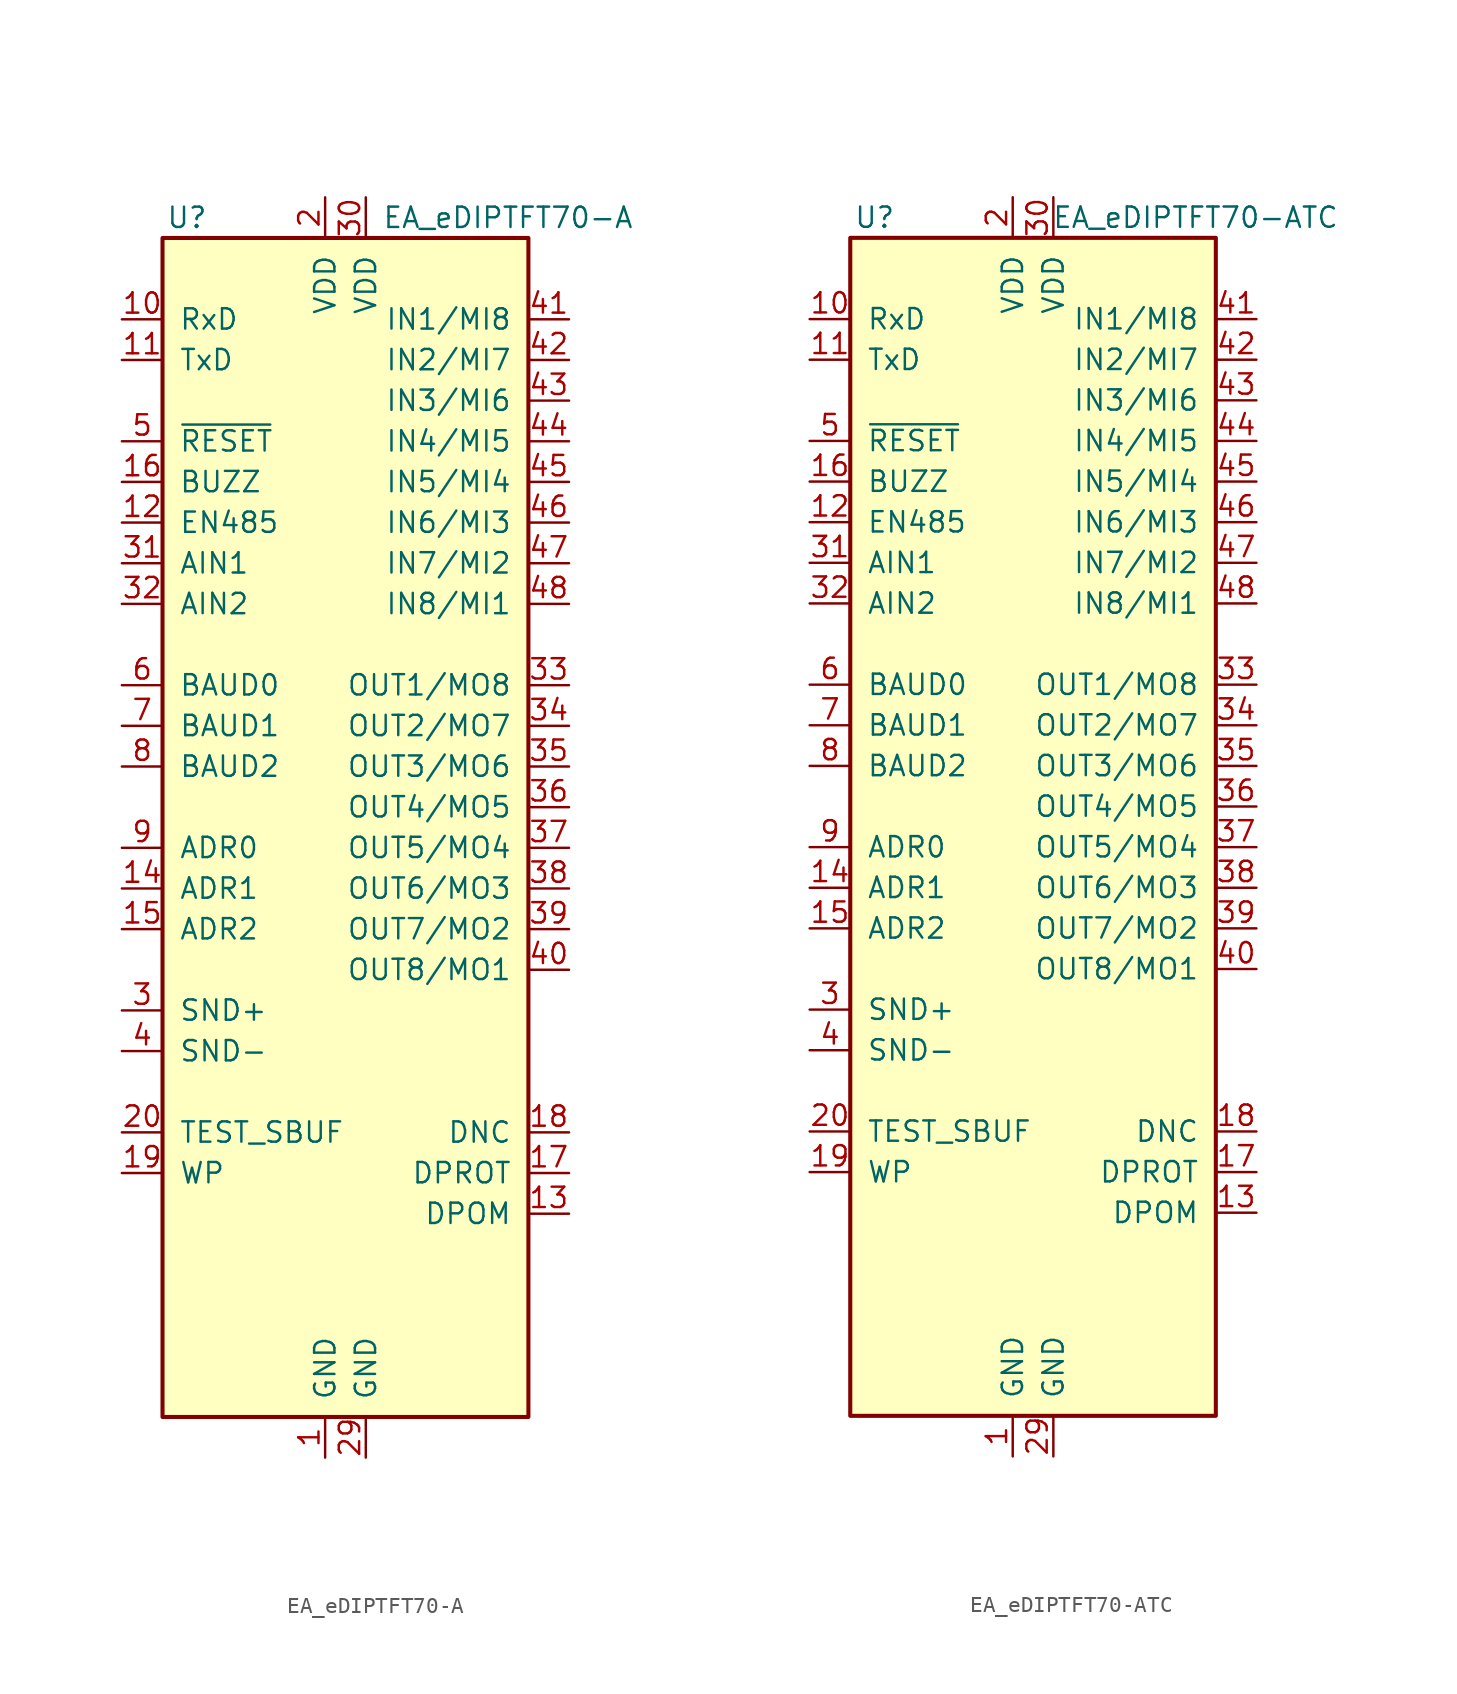
<source format=kicad_sym>
(kicad_symbol_lib
  (version 20200908)
  (generator kicad_symbol_editor)
  (symbol "Display_Graphic:EA_eDIPTFT70-A"
    (pin_names
      (offset 1.016))
    (property "Reference" "U"
      (at -8.636 36.83 0)
      (effects (font (size 1.27 1.27))))
    (property "Value" "EA_eDIPTFT70-A"
      (at 11.43 36.83 0)
      (effects (font (size 1.27 1.27))))
    (symbol "EA_eDIPTFT70-A_0_1"
      (rectangle (start -10.16 35.56) (end 12.7 -38.1) (stroke (width 0.254)) (fill (type background))))
    (symbol "EA_eDIPTFT70-A_1_1"
      (pin power_in line (at 0 -40.64 90) (length 2.54) (name "GND" (effects (font (size 1.27 1.27)))) (number "1" (effects (font (size 1.27 1.27)))))
      (pin input line (at -12.7 30.48 0) (length 2.54) (name "RxD" (effects (font (size 1.27 1.27)))) (number "10" (effects (font (size 1.27 1.27)))))
      (pin output line (at -12.7 27.94 0) (length 2.54) (name "TxD" (effects (font (size 1.27 1.27)))) (number "11" (effects (font (size 1.27 1.27)))))
      (pin output line (at -12.7 17.78 0) (length 2.54) (name "EN485" (effects (font (size 1.27 1.27)))) (number "12" (effects (font (size 1.27 1.27)))))
      (pin input line (at 15.24 -25.4 180) (length 2.54) (name "DPOM" (effects (font (size 1.27 1.27)))) (number "13" (effects (font (size 1.27 1.27)))))
      (pin input line (at -12.7 -5.08 0) (length 2.54) (name "ADR1" (effects (font (size 1.27 1.27)))) (number "14" (effects (font (size 1.27 1.27)))))
      (pin input line (at -12.7 -7.62 0) (length 2.54) (name "ADR2" (effects (font (size 1.27 1.27)))) (number "15" (effects (font (size 1.27 1.27)))))
      (pin output line (at -12.7 20.32 0) (length 2.54) (name "BUZZ" (effects (font (size 1.27 1.27)))) (number "16" (effects (font (size 1.27 1.27)))))
      (pin input line (at 15.24 -22.86 180) (length 2.54) (name "DPROT" (effects (font (size 1.27 1.27)))) (number "17" (effects (font (size 1.27 1.27)))))
      (pin output line (at 15.24 -20.32 180) (length 2.54) (name "DNC" (effects (font (size 1.27 1.27)))) (number "18" (effects (font (size 1.27 1.27)))))
      (pin input line (at -12.7 -22.86 0) (length 2.54) (name "WP" (effects (font (size 1.27 1.27)))) (number "19" (effects (font (size 1.27 1.27)))))
      (pin power_in line (at 0 38.1 270) (length 2.54) (name "VDD" (effects (font (size 1.27 1.27)))) (number "2" (effects (font (size 1.27 1.27)))))
      (pin bidirectional line (at -12.7 -20.32 0) (length 2.54) (name "TEST_SBUF" (effects (font (size 1.27 1.27)))) (number "20" (effects (font (size 1.27 1.27)))))
      (pin unconnected line (at -10.16 -27.94 0) (length 2.54) hide (name "NC" (effects (font (size 1.27 1.27)))) (number "21" (effects (font (size 1.27 1.27)))))
      (pin unconnected line (at -10.16 -30.48 0) (length 2.54) hide (name "NC" (effects (font (size 1.27 1.27)))) (number "22" (effects (font (size 1.27 1.27)))))
      (pin unconnected line (at -10.16 -33.02 0) (length 2.54) hide (name "NC" (effects (font (size 1.27 1.27)))) (number "23" (effects (font (size 1.27 1.27)))))
      (pin unconnected line (at -10.16 -35.56 0) (length 2.54) hide (name "NC" (effects (font (size 1.27 1.27)))) (number "24" (effects (font (size 1.27 1.27)))))
      (pin unconnected line (at 12.7 -35.56 180) (length 2.54) hide (name "NC" (effects (font (size 1.27 1.27)))) (number "25" (effects (font (size 1.27 1.27)))))
      (pin unconnected line (at 12.7 -33.02 180) (length 2.54) hide (name "NC" (effects (font (size 1.27 1.27)))) (number "26" (effects (font (size 1.27 1.27)))))
      (pin unconnected line (at 12.7 -30.48 180) (length 2.54) hide (name "NC" (effects (font (size 1.27 1.27)))) (number "27" (effects (font (size 1.27 1.27)))))
      (pin unconnected line (at 12.7 -27.94 180) (length 2.54) hide (name "NC" (effects (font (size 1.27 1.27)))) (number "28" (effects (font (size 1.27 1.27)))))
      (pin power_in line (at 2.54 -40.64 90) (length 2.54) (name "GND" (effects (font (size 1.27 1.27)))) (number "29" (effects (font (size 1.27 1.27)))))
      (pin output line (at -12.7 -12.7 0) (length 2.54) (name "SND+" (effects (font (size 1.27 1.27)))) (number "3" (effects (font (size 1.27 1.27)))))
      (pin power_in line (at 2.54 38.1 270) (length 2.54) (name "VDD" (effects (font (size 1.27 1.27)))) (number "30" (effects (font (size 1.27 1.27)))))
      (pin input line (at -12.7 15.24 0) (length 2.54) (name "AIN1" (effects (font (size 1.27 1.27)))) (number "31" (effects (font (size 1.27 1.27)))))
      (pin input line (at -12.7 12.7 0) (length 2.54) (name "AIN2" (effects (font (size 1.27 1.27)))) (number "32" (effects (font (size 1.27 1.27)))))
      (pin output line (at 15.24 7.62 180) (length 2.54) (name "OUT1/MO8" (effects (font (size 1.27 1.27)))) (number "33" (effects (font (size 1.27 1.27)))))
      (pin output line (at 15.24 5.08 180) (length 2.54) (name "OUT2/MO7" (effects (font (size 1.27 1.27)))) (number "34" (effects (font (size 1.27 1.27)))))
      (pin output line (at 15.24 2.54 180) (length 2.54) (name "OUT3/MO6" (effects (font (size 1.27 1.27)))) (number "35" (effects (font (size 1.27 1.27)))))
      (pin output line (at 15.24 0 180) (length 2.54) (name "OUT4/MO5" (effects (font (size 1.27 1.27)))) (number "36" (effects (font (size 1.27 1.27)))))
      (pin output line (at 15.24 -2.54 180) (length 2.54) (name "OUT5/MO4" (effects (font (size 1.27 1.27)))) (number "37" (effects (font (size 1.27 1.27)))))
      (pin output line (at 15.24 -5.08 180) (length 2.54) (name "OUT6/MO3" (effects (font (size 1.27 1.27)))) (number "38" (effects (font (size 1.27 1.27)))))
      (pin output line (at 15.24 -7.62 180) (length 2.54) (name "OUT7/MO2" (effects (font (size 1.27 1.27)))) (number "39" (effects (font (size 1.27 1.27)))))
      (pin input line (at -12.7 -15.24 0) (length 2.54) (name "SND-" (effects (font (size 1.27 1.27)))) (number "4" (effects (font (size 1.27 1.27)))))
      (pin output line (at 15.24 -10.16 180) (length 2.54) (name "OUT8/MO1" (effects (font (size 1.27 1.27)))) (number "40" (effects (font (size 1.27 1.27)))))
      (pin input line (at 15.24 30.48 180) (length 2.54) (name "IN1/MI8" (effects (font (size 1.27 1.27)))) (number "41" (effects (font (size 1.27 1.27)))))
      (pin input line (at 15.24 27.94 180) (length 2.54) (name "IN2/MI7" (effects (font (size 1.27 1.27)))) (number "42" (effects (font (size 1.27 1.27)))))
      (pin input line (at 15.24 25.4 180) (length 2.54) (name "IN3/MI6" (effects (font (size 1.27 1.27)))) (number "43" (effects (font (size 1.27 1.27)))))
      (pin input line (at 15.24 22.86 180) (length 2.54) (name "IN4/MI5" (effects (font (size 1.27 1.27)))) (number "44" (effects (font (size 1.27 1.27)))))
      (pin input line (at 15.24 20.32 180) (length 2.54) (name "IN5/MI4" (effects (font (size 1.27 1.27)))) (number "45" (effects (font (size 1.27 1.27)))))
      (pin input line (at 15.24 17.78 180) (length 2.54) (name "IN6/MI3" (effects (font (size 1.27 1.27)))) (number "46" (effects (font (size 1.27 1.27)))))
      (pin input line (at 15.24 15.24 180) (length 2.54) (name "IN7/MI2" (effects (font (size 1.27 1.27)))) (number "47" (effects (font (size 1.27 1.27)))))
      (pin input line (at 15.24 12.7 180) (length 2.54) (name "IN8/MI1" (effects (font (size 1.27 1.27)))) (number "48" (effects (font (size 1.27 1.27)))))
      (pin input line (at -12.7 22.86 0) (length 2.54) (name "~RESET" (effects (font (size 1.27 1.27)))) (number "5" (effects (font (size 1.27 1.27)))))
      (pin input line (at -12.7 7.62 0) (length 2.54) (name "BAUD0" (effects (font (size 1.27 1.27)))) (number "6" (effects (font (size 1.27 1.27)))))
      (pin input line (at -12.7 5.08 0) (length 2.54) (name "BAUD1" (effects (font (size 1.27 1.27)))) (number "7" (effects (font (size 1.27 1.27)))))
      (pin input line (at -12.7 2.54 0) (length 2.54) (name "BAUD2" (effects (font (size 1.27 1.27)))) (number "8" (effects (font (size 1.27 1.27)))))
      (pin input line (at -12.7 -2.54 0) (length 2.54) (name "ADR0" (effects (font (size 1.27 1.27)))) (number "9" (effects (font (size 1.27 1.27)))))))
  (symbol "Display_Graphic:EA_eDIPTFT70-ATC"
    (pin_names
      (offset 1.016))
    (property "Reference" "U"
      (at -8.636 36.83 0)
      (effects (font (size 1.27 1.27))))
    (property "Value" "EA_eDIPTFT70-ATC"
      (at 11.43 36.83 0)
      (effects (font (size 1.27 1.27))))
    (symbol "EA_eDIPTFT70-ATC_0_1"
      (rectangle (start -10.16 35.56) (end 12.7 -38.1) (stroke (width 0.254)) (fill (type background))))
    (symbol "EA_eDIPTFT70-ATC_1_1"
      (pin power_in line (at 0 -40.64 90) (length 2.54) (name "GND" (effects (font (size 1.27 1.27)))) (number "1" (effects (font (size 1.27 1.27)))))
      (pin input line (at -12.7 30.48 0) (length 2.54) (name "RxD" (effects (font (size 1.27 1.27)))) (number "10" (effects (font (size 1.27 1.27)))))
      (pin output line (at -12.7 27.94 0) (length 2.54) (name "TxD" (effects (font (size 1.27 1.27)))) (number "11" (effects (font (size 1.27 1.27)))))
      (pin output line (at -12.7 17.78 0) (length 2.54) (name "EN485" (effects (font (size 1.27 1.27)))) (number "12" (effects (font (size 1.27 1.27)))))
      (pin input line (at 15.24 -25.4 180) (length 2.54) (name "DPOM" (effects (font (size 1.27 1.27)))) (number "13" (effects (font (size 1.27 1.27)))))
      (pin input line (at -12.7 -5.08 0) (length 2.54) (name "ADR1" (effects (font (size 1.27 1.27)))) (number "14" (effects (font (size 1.27 1.27)))))
      (pin input line (at -12.7 -7.62 0) (length 2.54) (name "ADR2" (effects (font (size 1.27 1.27)))) (number "15" (effects (font (size 1.27 1.27)))))
      (pin output line (at -12.7 20.32 0) (length 2.54) (name "BUZZ" (effects (font (size 1.27 1.27)))) (number "16" (effects (font (size 1.27 1.27)))))
      (pin input line (at 15.24 -22.86 180) (length 2.54) (name "DPROT" (effects (font (size 1.27 1.27)))) (number "17" (effects (font (size 1.27 1.27)))))
      (pin output line (at 15.24 -20.32 180) (length 2.54) (name "DNC" (effects (font (size 1.27 1.27)))) (number "18" (effects (font (size 1.27 1.27)))))
      (pin input line (at -12.7 -22.86 0) (length 2.54) (name "WP" (effects (font (size 1.27 1.27)))) (number "19" (effects (font (size 1.27 1.27)))))
      (pin power_in line (at 0 38.1 270) (length 2.54) (name "VDD" (effects (font (size 1.27 1.27)))) (number "2" (effects (font (size 1.27 1.27)))))
      (pin bidirectional line (at -12.7 -20.32 0) (length 2.54) (name "TEST_SBUF" (effects (font (size 1.27 1.27)))) (number "20" (effects (font (size 1.27 1.27)))))
      (pin unconnected line (at -10.16 -27.94 0) (length 2.54) hide (name "NC" (effects (font (size 1.27 1.27)))) (number "21" (effects (font (size 1.27 1.27)))))
      (pin unconnected line (at -10.16 -30.48 0) (length 2.54) hide (name "NC" (effects (font (size 1.27 1.27)))) (number "22" (effects (font (size 1.27 1.27)))))
      (pin unconnected line (at -10.16 -33.02 0) (length 2.54) hide (name "NC" (effects (font (size 1.27 1.27)))) (number "23" (effects (font (size 1.27 1.27)))))
      (pin unconnected line (at -10.16 -35.56 0) (length 2.54) hide (name "NC" (effects (font (size 1.27 1.27)))) (number "24" (effects (font (size 1.27 1.27)))))
      (pin unconnected line (at 12.7 -35.56 180) (length 2.54) hide (name "NC" (effects (font (size 1.27 1.27)))) (number "25" (effects (font (size 1.27 1.27)))))
      (pin unconnected line (at 12.7 -33.02 180) (length 2.54) hide (name "NC" (effects (font (size 1.27 1.27)))) (number "26" (effects (font (size 1.27 1.27)))))
      (pin unconnected line (at 12.7 -30.48 180) (length 2.54) hide (name "NC" (effects (font (size 1.27 1.27)))) (number "27" (effects (font (size 1.27 1.27)))))
      (pin unconnected line (at 12.7 -27.94 180) (length 2.54) hide (name "NC" (effects (font (size 1.27 1.27)))) (number "28" (effects (font (size 1.27 1.27)))))
      (pin power_in line (at 2.54 -40.64 90) (length 2.54) (name "GND" (effects (font (size 1.27 1.27)))) (number "29" (effects (font (size 1.27 1.27)))))
      (pin output line (at -12.7 -12.7 0) (length 2.54) (name "SND+" (effects (font (size 1.27 1.27)))) (number "3" (effects (font (size 1.27 1.27)))))
      (pin power_in line (at 2.54 38.1 270) (length 2.54) (name "VDD" (effects (font (size 1.27 1.27)))) (number "30" (effects (font (size 1.27 1.27)))))
      (pin input line (at -12.7 15.24 0) (length 2.54) (name "AIN1" (effects (font (size 1.27 1.27)))) (number "31" (effects (font (size 1.27 1.27)))))
      (pin input line (at -12.7 12.7 0) (length 2.54) (name "AIN2" (effects (font (size 1.27 1.27)))) (number "32" (effects (font (size 1.27 1.27)))))
      (pin output line (at 15.24 7.62 180) (length 2.54) (name "OUT1/MO8" (effects (font (size 1.27 1.27)))) (number "33" (effects (font (size 1.27 1.27)))))
      (pin output line (at 15.24 5.08 180) (length 2.54) (name "OUT2/MO7" (effects (font (size 1.27 1.27)))) (number "34" (effects (font (size 1.27 1.27)))))
      (pin output line (at 15.24 2.54 180) (length 2.54) (name "OUT3/MO6" (effects (font (size 1.27 1.27)))) (number "35" (effects (font (size 1.27 1.27)))))
      (pin output line (at 15.24 0 180) (length 2.54) (name "OUT4/MO5" (effects (font (size 1.27 1.27)))) (number "36" (effects (font (size 1.27 1.27)))))
      (pin output line (at 15.24 -2.54 180) (length 2.54) (name "OUT5/MO4" (effects (font (size 1.27 1.27)))) (number "37" (effects (font (size 1.27 1.27)))))
      (pin output line (at 15.24 -5.08 180) (length 2.54) (name "OUT6/MO3" (effects (font (size 1.27 1.27)))) (number "38" (effects (font (size 1.27 1.27)))))
      (pin output line (at 15.24 -7.62 180) (length 2.54) (name "OUT7/MO2" (effects (font (size 1.27 1.27)))) (number "39" (effects (font (size 1.27 1.27)))))
      (pin input line (at -12.7 -15.24 0) (length 2.54) (name "SND-" (effects (font (size 1.27 1.27)))) (number "4" (effects (font (size 1.27 1.27)))))
      (pin output line (at 15.24 -10.16 180) (length 2.54) (name "OUT8/MO1" (effects (font (size 1.27 1.27)))) (number "40" (effects (font (size 1.27 1.27)))))
      (pin input line (at 15.24 30.48 180) (length 2.54) (name "IN1/MI8" (effects (font (size 1.27 1.27)))) (number "41" (effects (font (size 1.27 1.27)))))
      (pin input line (at 15.24 27.94 180) (length 2.54) (name "IN2/MI7" (effects (font (size 1.27 1.27)))) (number "42" (effects (font (size 1.27 1.27)))))
      (pin input line (at 15.24 25.4 180) (length 2.54) (name "IN3/MI6" (effects (font (size 1.27 1.27)))) (number "43" (effects (font (size 1.27 1.27)))))
      (pin input line (at 15.24 22.86 180) (length 2.54) (name "IN4/MI5" (effects (font (size 1.27 1.27)))) (number "44" (effects (font (size 1.27 1.27)))))
      (pin input line (at 15.24 20.32 180) (length 2.54) (name "IN5/MI4" (effects (font (size 1.27 1.27)))) (number "45" (effects (font (size 1.27 1.27)))))
      (pin input line (at 15.24 17.78 180) (length 2.54) (name "IN6/MI3" (effects (font (size 1.27 1.27)))) (number "46" (effects (font (size 1.27 1.27)))))
      (pin input line (at 15.24 15.24 180) (length 2.54) (name "IN7/MI2" (effects (font (size 1.27 1.27)))) (number "47" (effects (font (size 1.27 1.27)))))
      (pin input line (at 15.24 12.7 180) (length 2.54) (name "IN8/MI1" (effects (font (size 1.27 1.27)))) (number "48" (effects (font (size 1.27 1.27)))))
      (pin input line (at -12.7 22.86 0) (length 2.54) (name "~RESET" (effects (font (size 1.27 1.27)))) (number "5" (effects (font (size 1.27 1.27)))))
      (pin input line (at -12.7 7.62 0) (length 2.54) (name "BAUD0" (effects (font (size 1.27 1.27)))) (number "6" (effects (font (size 1.27 1.27)))))
      (pin input line (at -12.7 5.08 0) (length 2.54) (name "BAUD1" (effects (font (size 1.27 1.27)))) (number "7" (effects (font (size 1.27 1.27)))))
      (pin input line (at -12.7 2.54 0) (length 2.54) (name "BAUD2" (effects (font (size 1.27 1.27)))) (number "8" (effects (font (size 1.27 1.27)))))
      (pin input line (at -12.7 -2.54 0) (length 2.54) (name "ADR0" (effects (font (size 1.27 1.27)))) (number "9" (effects (font (size 1.27 1.27))))))))
</source>
